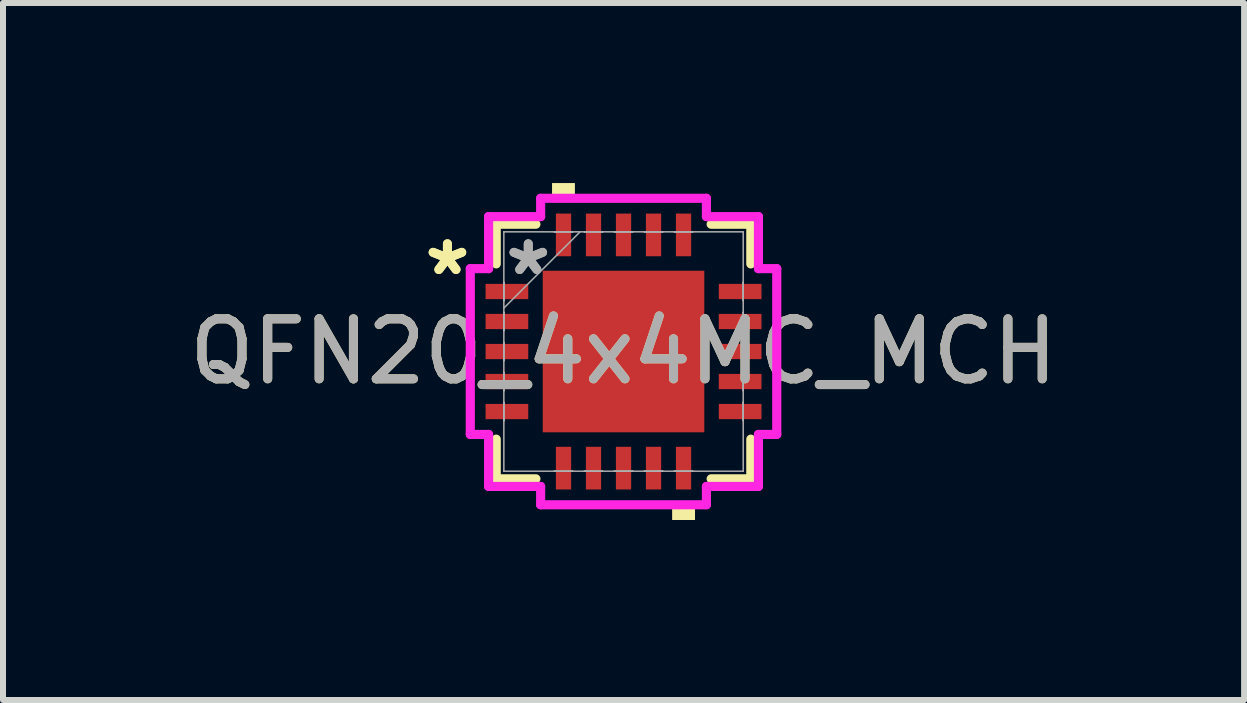
<source format=kicad_pcb>
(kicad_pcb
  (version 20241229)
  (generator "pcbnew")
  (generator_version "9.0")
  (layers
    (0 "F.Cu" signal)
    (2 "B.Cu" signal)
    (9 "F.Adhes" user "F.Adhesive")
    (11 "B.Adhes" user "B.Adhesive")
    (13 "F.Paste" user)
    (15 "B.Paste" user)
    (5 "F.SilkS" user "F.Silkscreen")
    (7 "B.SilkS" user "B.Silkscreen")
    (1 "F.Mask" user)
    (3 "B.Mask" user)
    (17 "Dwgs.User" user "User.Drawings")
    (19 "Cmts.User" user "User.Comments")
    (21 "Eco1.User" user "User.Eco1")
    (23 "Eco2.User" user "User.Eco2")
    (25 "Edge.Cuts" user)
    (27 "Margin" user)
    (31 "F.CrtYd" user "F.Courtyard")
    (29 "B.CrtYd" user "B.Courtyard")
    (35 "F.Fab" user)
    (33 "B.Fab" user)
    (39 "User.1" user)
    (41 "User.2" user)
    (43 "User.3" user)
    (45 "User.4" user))
  (footprint "QFN20_4x4MC_MCH"
    (layer "F.Cu")
    (at 7.339 2.807)
    (property "Reference" "QFN20_4x4MC_MCH" (at 0 0 0) (unlocked yes) (layer "F.SilkS") (effects (font (size 1 1) (thickness 0.15))))
    (attr smd)
    (fp_line (start -2.121 -2.121) (end -2.121 -1.46) (stroke (width 0.152) (type solid)) (layer "F.SilkS"))
    (fp_line (start -2.121 1.46) (end -2.121 2.121) (stroke (width 0.152) (type solid)) (layer "F.SilkS"))
    (fp_line (start -2.121 2.121) (end -1.46 2.121) (stroke (width 0.152) (type solid)) (layer "F.SilkS"))
    (fp_line (start -1.46 -2.121) (end -2.121 -2.121) (stroke (width 0.152) (type solid)) (layer "F.SilkS"))
    (fp_line (start 1.46 2.121) (end 2.121 2.121) (stroke (width 0.152) (type solid)) (layer "F.SilkS"))
    (fp_line (start 2.121 -2.121) (end 1.46 -2.121) (stroke (width 0.152) (type solid)) (layer "F.SilkS"))
    (fp_line (start 2.121 -1.46) (end 2.121 -2.121) (stroke (width 0.152) (type solid)) (layer "F.SilkS"))
    (fp_line (start 2.121 2.121) (end 2.121 1.46) (stroke (width 0.152) (type solid)) (layer "F.SilkS"))
    (fp_poly (pts (xy -1.191 -2.553) (xy -1.191 -2.807) (xy -0.81 -2.807) (xy -0.81 -2.553)) (stroke (width 0) (type solid)) (fill yes) (layer "F.SilkS"))
    (fp_poly (pts (xy 0.81 2.553) (xy 0.81 2.807) (xy 1.191 2.807) (xy 1.191 2.553)) (stroke (width 0) (type solid)) (fill yes) (layer "F.SilkS"))
    (fp_poly (pts (xy -1.246 -1.246) (xy -1.246 -0.1) (xy -0.1 -0.1) (xy -0.1 -1.246)) (stroke (width 0) (type solid)) (fill yes) (layer "F.Paste"))
    (fp_poly (pts (xy -1.246 0.1) (xy -1.246 1.246) (xy -0.1 1.246) (xy -0.1 0.1)) (stroke (width 0) (type solid)) (fill yes) (layer "F.Paste"))
    (fp_poly (pts (xy 0.1 -1.246) (xy 0.1 -0.1) (xy 1.246 -0.1) (xy 1.246 -1.246)) (stroke (width 0) (type solid)) (fill yes) (layer "F.Paste"))
    (fp_poly (pts (xy 0.1 0.1) (xy 0.1 1.246) (xy 1.246 1.246) (xy 1.246 0.1)) (stroke (width 0) (type solid)) (fill yes) (layer "F.Paste"))
    (fp_line (start -2.553 -1.381) (end -2.248 -1.381) (stroke (width 0.152) (type solid)) (layer "F.CrtYd"))
    (fp_line (start -2.553 1.381) (end -2.553 -1.381) (stroke (width 0.152) (type solid)) (layer "F.CrtYd"))
    (fp_line (start -2.248 -2.248) (end -1.381 -2.248) (stroke (width 0.152) (type solid)) (layer "F.CrtYd"))
    (fp_line (start -2.248 -1.381) (end -2.248 -2.248) (stroke (width 0.152) (type solid)) (layer "F.CrtYd"))
    (fp_line (start -2.248 1.381) (end -2.553 1.381) (stroke (width 0.152) (type solid)) (layer "F.CrtYd"))
    (fp_line (start -2.248 2.248) (end -2.248 1.381) (stroke (width 0.152) (type solid)) (layer "F.CrtYd"))
    (fp_line (start -1.381 -2.553) (end 1.381 -2.553) (stroke (width 0.152) (type solid)) (layer "F.CrtYd"))
    (fp_line (start -1.381 -2.248) (end -1.381 -2.553) (stroke (width 0.152) (type solid)) (layer "F.CrtYd"))
    (fp_line (start -1.381 2.248) (end -2.248 2.248) (stroke (width 0.152) (type solid)) (layer "F.CrtYd"))
    (fp_line (start -1.381 2.553) (end -1.381 2.248) (stroke (width 0.152) (type solid)) (layer "F.CrtYd"))
    (fp_line (start 1.381 -2.553) (end 1.381 -2.248) (stroke (width 0.152) (type solid)) (layer "F.CrtYd"))
    (fp_line (start 1.381 -2.248) (end 2.248 -2.248) (stroke (width 0.152) (type solid)) (layer "F.CrtYd"))
    (fp_line (start 1.381 2.248) (end 1.381 2.553) (stroke (width 0.152) (type solid)) (layer "F.CrtYd"))
    (fp_line (start 1.381 2.553) (end -1.381 2.553) (stroke (width 0.152) (type solid)) (layer "F.CrtYd"))
    (fp_line (start 2.248 -2.248) (end 2.248 -1.381) (stroke (width 0.152) (type solid)) (layer "F.CrtYd"))
    (fp_line (start 2.248 -1.381) (end 2.553 -1.381) (stroke (width 0.152) (type solid)) (layer "F.CrtYd"))
    (fp_line (start 2.248 1.381) (end 2.248 2.248) (stroke (width 0.152) (type solid)) (layer "F.CrtYd"))
    (fp_line (start 2.248 2.248) (end 1.381 2.248) (stroke (width 0.152) (type solid)) (layer "F.CrtYd"))
    (fp_line (start 2.553 -1.381) (end 2.553 1.381) (stroke (width 0.152) (type solid)) (layer "F.CrtYd"))
    (fp_line (start 2.553 1.381) (end 2.248 1.381) (stroke (width 0.152) (type solid)) (layer "F.CrtYd"))
    (fp_line (start -1.994 -1.994) (end -1.994 -1.994) (stroke (width 0.025) (type solid)) (layer "F.Fab"))
    (fp_line (start -1.994 -1.994) (end -1.994 1.994) (stroke (width 0.025) (type solid)) (layer "F.Fab"))
    (fp_line (start -1.994 -1.152) (end -1.994 -1.152) (stroke (width 0.025) (type solid)) (layer "F.Fab"))
    (fp_line (start -1.994 -1.152) (end -1.994 -0.848) (stroke (width 0.025) (type solid)) (layer "F.Fab"))
    (fp_line (start -1.994 -0.848) (end -1.994 -1.152) (stroke (width 0.025) (type solid)) (layer "F.Fab"))
    (fp_line (start -1.994 -0.848) (end -1.994 -0.848) (stroke (width 0.025) (type solid)) (layer "F.Fab"))
    (fp_line (start -1.994 -0.724) (end -0.724 -1.994) (stroke (width 0.025) (type solid)) (layer "F.Fab"))
    (fp_line (start -1.994 -0.652) (end -1.994 -0.652) (stroke (width 0.025) (type solid)) (layer "F.Fab"))
    (fp_line (start -1.994 -0.652) (end -1.994 -0.348) (stroke (width 0.025) (type solid)) (layer "F.Fab"))
    (fp_line (start -1.994 -0.348) (end -1.994 -0.652) (stroke (width 0.025) (type solid)) (layer "F.Fab"))
    (fp_line (start -1.994 -0.348) (end -1.994 -0.348) (stroke (width 0.025) (type solid)) (layer "F.Fab"))
    (fp_line (start -1.994 -0.152) (end -1.994 -0.152) (stroke (width 0.025) (type solid)) (layer "F.Fab"))
    (fp_line (start -1.994 -0.152) (end -1.994 0.152) (stroke (width 0.025) (type solid)) (layer "F.Fab"))
    (fp_line (start -1.994 0.152) (end -1.994 -0.152) (stroke (width 0.025) (type solid)) (layer "F.Fab"))
    (fp_line (start -1.994 0.152) (end -1.994 0.152) (stroke (width 0.025) (type solid)) (layer "F.Fab"))
    (fp_line (start -1.994 0.348) (end -1.994 0.348) (stroke (width 0.025) (type solid)) (layer "F.Fab"))
    (fp_line (start -1.994 0.348) (end -1.994 0.652) (stroke (width 0.025) (type solid)) (layer "F.Fab"))
    (fp_line (start -1.994 0.652) (end -1.994 0.348) (stroke (width 0.025) (type solid)) (layer "F.Fab"))
    (fp_line (start -1.994 0.652) (end -1.994 0.652) (stroke (width 0.025) (type solid)) (layer "F.Fab"))
    (fp_line (start -1.994 0.848) (end -1.994 0.848) (stroke (width 0.025) (type solid)) (layer "F.Fab"))
    (fp_line (start -1.994 0.848) (end -1.994 1.152) (stroke (width 0.025) (type solid)) (layer "F.Fab"))
    (fp_line (start -1.994 1.152) (end -1.994 0.848) (stroke (width 0.025) (type solid)) (layer "F.Fab"))
    (fp_line (start -1.994 1.152) (end -1.994 1.152) (stroke (width 0.025) (type solid)) (layer "F.Fab"))
    (fp_line (start -1.994 1.994) (end -1.994 1.994) (stroke (width 0.025) (type solid)) (layer "F.Fab"))
    (fp_line (start -1.994 1.994) (end 1.994 1.994) (stroke (width 0.025) (type solid)) (layer "F.Fab"))
    (fp_line (start -1.152 -1.994) (end -1.152 -1.994) (stroke (width 0.025) (type solid)) (layer "F.Fab"))
    (fp_line (start -1.152 -1.994) (end -0.848 -1.994) (stroke (width 0.025) (type solid)) (layer "F.Fab"))
    (fp_line (start -1.152 1.994) (end -1.152 1.994) (stroke (width 0.025) (type solid)) (layer "F.Fab"))
    (fp_line (start -1.152 1.994) (end -0.848 1.994) (stroke (width 0.025) (type solid)) (layer "F.Fab"))
    (fp_line (start -0.848 -1.994) (end -1.152 -1.994) (stroke (width 0.025) (type solid)) (layer "F.Fab"))
    (fp_line (start -0.848 -1.994) (end -0.848 -1.994) (stroke (width 0.025) (type solid)) (layer "F.Fab"))
    (fp_line (start -0.848 1.994) (end -1.152 1.994) (stroke (width 0.025) (type solid)) (layer "F.Fab"))
    (fp_line (start -0.848 1.994) (end -0.848 1.994) (stroke (width 0.025) (type solid)) (layer "F.Fab"))
    (fp_line (start -0.652 -1.994) (end -0.652 -1.994) (stroke (width 0.025) (type solid)) (layer "F.Fab"))
    (fp_line (start -0.652 -1.994) (end -0.348 -1.994) (stroke (width 0.025) (type solid)) (layer "F.Fab"))
    (fp_line (start -0.652 1.994) (end -0.652 1.994) (stroke (width 0.025) (type solid)) (layer "F.Fab"))
    (fp_line (start -0.652 1.994) (end -0.348 1.994) (stroke (width 0.025) (type solid)) (layer "F.Fab"))
    (fp_line (start -0.348 -1.994) (end -0.652 -1.994) (stroke (width 0.025) (type solid)) (layer "F.Fab"))
    (fp_line (start -0.348 -1.994) (end -0.348 -1.994) (stroke (width 0.025) (type solid)) (layer "F.Fab"))
    (fp_line (start -0.348 1.994) (end -0.652 1.994) (stroke (width 0.025) (type solid)) (layer "F.Fab"))
    (fp_line (start -0.348 1.994) (end -0.348 1.994) (stroke (width 0.025) (type solid)) (layer "F.Fab"))
    (fp_line (start -0.152 -1.994) (end -0.152 -1.994) (stroke (width 0.025) (type solid)) (layer "F.Fab"))
    (fp_line (start -0.152 -1.994) (end 0.152 -1.994) (stroke (width 0.025) (type solid)) (layer "F.Fab"))
    (fp_line (start -0.152 1.994) (end -0.152 1.994) (stroke (width 0.025) (type solid)) (layer "F.Fab"))
    (fp_line (start -0.152 1.994) (end 0.152 1.994) (stroke (width 0.025) (type solid)) (layer "F.Fab"))
    (fp_line (start 0.152 -1.994) (end -0.152 -1.994) (stroke (width 0.025) (type solid)) (layer "F.Fab"))
    (fp_line (start 0.152 -1.994) (end 0.152 -1.994) (stroke (width 0.025) (type solid)) (layer "F.Fab"))
    (fp_line (start 0.152 1.994) (end -0.152 1.994) (stroke (width 0.025) (type solid)) (layer "F.Fab"))
    (fp_line (start 0.152 1.994) (end 0.152 1.994) (stroke (width 0.025) (type solid)) (layer "F.Fab"))
    (fp_line (start 0.348 -1.994) (end 0.348 -1.994) (stroke (width 0.025) (type solid)) (layer "F.Fab"))
    (fp_line (start 0.348 -1.994) (end 0.652 -1.994) (stroke (width 0.025) (type solid)) (layer "F.Fab"))
    (fp_line (start 0.348 1.994) (end 0.348 1.994) (stroke (width 0.025) (type solid)) (layer "F.Fab"))
    (fp_line (start 0.348 1.994) (end 0.652 1.994) (stroke (width 0.025) (type solid)) (layer "F.Fab"))
    (fp_line (start 0.652 -1.994) (end 0.348 -1.994) (stroke (width 0.025) (type solid)) (layer "F.Fab"))
    (fp_line (start 0.652 -1.994) (end 0.652 -1.994) (stroke (width 0.025) (type solid)) (layer "F.Fab"))
    (fp_line (start 0.652 1.994) (end 0.348 1.994) (stroke (width 0.025) (type solid)) (layer "F.Fab"))
    (fp_line (start 0.652 1.994) (end 0.652 1.994) (stroke (width 0.025) (type solid)) (layer "F.Fab"))
    (fp_line (start 0.848 -1.994) (end 0.848 -1.994) (stroke (width 0.025) (type solid)) (layer "F.Fab"))
    (fp_line (start 0.848 -1.994) (end 1.152 -1.994) (stroke (width 0.025) (type solid)) (layer "F.Fab"))
    (fp_line (start 0.848 1.994) (end 0.848 1.994) (stroke (width 0.025) (type solid)) (layer "F.Fab"))
    (fp_line (start 0.848 1.994) (end 1.152 1.994) (stroke (width 0.025) (type solid)) (layer "F.Fab"))
    (fp_line (start 1.152 -1.994) (end 0.848 -1.994) (stroke (width 0.025) (type solid)) (layer "F.Fab"))
    (fp_line (start 1.152 -1.994) (end 1.152 -1.994) (stroke (width 0.025) (type solid)) (layer "F.Fab"))
    (fp_line (start 1.152 1.994) (end 0.848 1.994) (stroke (width 0.025) (type solid)) (layer "F.Fab"))
    (fp_line (start 1.152 1.994) (end 1.152 1.994) (stroke (width 0.025) (type solid)) (layer "F.Fab"))
    (fp_line (start 1.994 -1.994) (end -1.994 -1.994) (stroke (width 0.025) (type solid)) (layer "F.Fab"))
    (fp_line (start 1.994 -1.994) (end 1.994 -1.994) (stroke (width 0.025) (type solid)) (layer "F.Fab"))
    (fp_line (start 1.994 -1.152) (end 1.994 -1.152) (stroke (width 0.025) (type solid)) (layer "F.Fab"))
    (fp_line (start 1.994 -1.152) (end 1.994 -0.848) (stroke (width 0.025) (type solid)) (layer "F.Fab"))
    (fp_line (start 1.994 -0.848) (end 1.994 -1.152) (stroke (width 0.025) (type solid)) (layer "F.Fab"))
    (fp_line (start 1.994 -0.848) (end 1.994 -0.848) (stroke (width 0.025) (type solid)) (layer "F.Fab"))
    (fp_line (start 1.994 -0.652) (end 1.994 -0.652) (stroke (width 0.025) (type solid)) (layer "F.Fab"))
    (fp_line (start 1.994 -0.652) (end 1.994 -0.348) (stroke (width 0.025) (type solid)) (layer "F.Fab"))
    (fp_line (start 1.994 -0.348) (end 1.994 -0.652) (stroke (width 0.025) (type solid)) (layer "F.Fab"))
    (fp_line (start 1.994 -0.348) (end 1.994 -0.348) (stroke (width 0.025) (type solid)) (layer "F.Fab"))
    (fp_line (start 1.994 -0.152) (end 1.994 -0.152) (stroke (width 0.025) (type solid)) (layer "F.Fab"))
    (fp_line (start 1.994 -0.152) (end 1.994 0.152) (stroke (width 0.025) (type solid)) (layer "F.Fab"))
    (fp_line (start 1.994 0.152) (end 1.994 -0.152) (stroke (width 0.025) (type solid)) (layer "F.Fab"))
    (fp_line (start 1.994 0.152) (end 1.994 0.152) (stroke (width 0.025) (type solid)) (layer "F.Fab"))
    (fp_line (start 1.994 0.348) (end 1.994 0.348) (stroke (width 0.025) (type solid)) (layer "F.Fab"))
    (fp_line (start 1.994 0.348) (end 1.994 0.652) (stroke (width 0.025) (type solid)) (layer "F.Fab"))
    (fp_line (start 1.994 0.652) (end 1.994 0.348) (stroke (width 0.025) (type solid)) (layer "F.Fab"))
    (fp_line (start 1.994 0.652) (end 1.994 0.652) (stroke (width 0.025) (type solid)) (layer "F.Fab"))
    (fp_line (start 1.994 0.848) (end 1.994 0.848) (stroke (width 0.025) (type solid)) (layer "F.Fab"))
    (fp_line (start 1.994 0.848) (end 1.994 1.152) (stroke (width 0.025) (type solid)) (layer "F.Fab"))
    (fp_line (start 1.994 1.152) (end 1.994 0.848) (stroke (width 0.025) (type solid)) (layer "F.Fab"))
    (fp_line (start 1.994 1.152) (end 1.994 1.152) (stroke (width 0.025) (type solid)) (layer "F.Fab"))
    (fp_line (start 1.994 1.994) (end 1.994 -1.994) (stroke (width 0.025) (type solid)) (layer "F.Fab"))
    (fp_line (start 1.994 1.994) (end 1.994 1.994) (stroke (width 0.025) (type solid)) (layer "F.Fab"))
    (fp_text user "*" (at -2.934 -1.25 0) (layer "F.SilkS") (effects (font (size 1 1) (thickness 0.15))))
    (fp_text user "*" (at -2.934 -1.25 0) (unlocked yes) (layer "F.SilkS") (effects (font (size 1 1) (thickness 0.15))))
    (fp_text user "*" (at -1.587 -1.25 0) (layer "F.Fab") (effects (font (size 1 1) (thickness 0.15))))
    (fp_text user "${REFERENCE}" (at 0 0 0) (unlocked yes) (layer "F.Fab") (effects (font (size 1 1) (thickness 0.15))))
    (fp_text user "*" (at -1.587 -1.25 0) (unlocked yes) (layer "F.Fab") (effects (font (size 1 1) (thickness 0.15))))
    (pad "1" smd rect (at -1.943 -1 90) (size 0.254 0.711) (layers "F.Cu" "F.Mask" "F.Paste"))
    (pad "2" smd rect (at -1.943 -0.5 90) (size 0.254 0.711) (layers "F.Cu" "F.Mask" "F.Paste"))
    (pad "3" smd rect (at -1.943 0 90) (size 0.254 0.711) (layers "F.Cu" "F.Mask" "F.Paste"))
    (pad "4" smd rect (at -1.943 0.5 90) (size 0.254 0.711) (layers "F.Cu" "F.Mask" "F.Paste"))
    (pad "5" smd rect (at -1.943 1 90) (size 0.254 0.711) (layers "F.Cu" "F.Mask" "F.Paste"))
    (pad "6" smd rect (at -1 1.943) (size 0.254 0.711) (layers "F.Cu" "F.Mask" "F.Paste"))
    (pad "7" smd rect (at -0.5 1.943) (size 0.254 0.711) (layers "F.Cu" "F.Mask" "F.Paste"))
    (pad "8" smd rect (at 0 1.943) (size 0.254 0.711) (layers "F.Cu" "F.Mask" "F.Paste"))
    (pad "9" smd rect (at 0.5 1.943) (size 0.254 0.711) (layers "F.Cu" "F.Mask" "F.Paste"))
    (pad "10" smd rect (at 1 1.943) (size 0.254 0.711) (layers "F.Cu" "F.Mask" "F.Paste"))
    (pad "11" smd rect (at 1.943 1 90) (size 0.254 0.711) (layers "F.Cu" "F.Mask" "F.Paste"))
    (pad "12" smd rect (at 1.943 0.5 90) (size 0.254 0.711) (layers "F.Cu" "F.Mask" "F.Paste"))
    (pad "13" smd rect (at 1.943 0 90) (size 0.254 0.711) (layers "F.Cu" "F.Mask" "F.Paste"))
    (pad "14" smd rect (at 1.943 -0.5 90) (size 0.254 0.711) (layers "F.Cu" "F.Mask" "F.Paste"))
    (pad "15" smd rect (at 1.943 -1 90) (size 0.254 0.711) (layers "F.Cu" "F.Mask" "F.Paste"))
    (pad "16" smd rect (at 1 -1.943) (size 0.254 0.711) (layers "F.Cu" "F.Mask" "F.Paste"))
    (pad "17" smd rect (at 0.5 -1.943) (size 0.254 0.711) (layers "F.Cu" "F.Mask" "F.Paste"))
    (pad "18" smd rect (at 0 -1.943) (size 0.254 0.711) (layers "F.Cu" "F.Mask" "F.Paste"))
    (pad "19" smd rect (at -0.5 -1.943) (size 0.254 0.711) (layers "F.Cu" "F.Mask" "F.Paste"))
    (pad "20" smd rect (at -1 -1.943) (size 0.254 0.711) (layers "F.Cu" "F.Mask" "F.Paste"))
    (pad "21" smd rect (at 0 0) (size 2.692 2.692) (layers "F.Cu" "F.Mask" "F.Paste")))
  (gr_rect
    (start -3 -3)
    (end 17.679 8.613)
    (stroke (width 0.1) (type default))
    (fill no)
    (layer "Edge.Cuts")))
</source>
